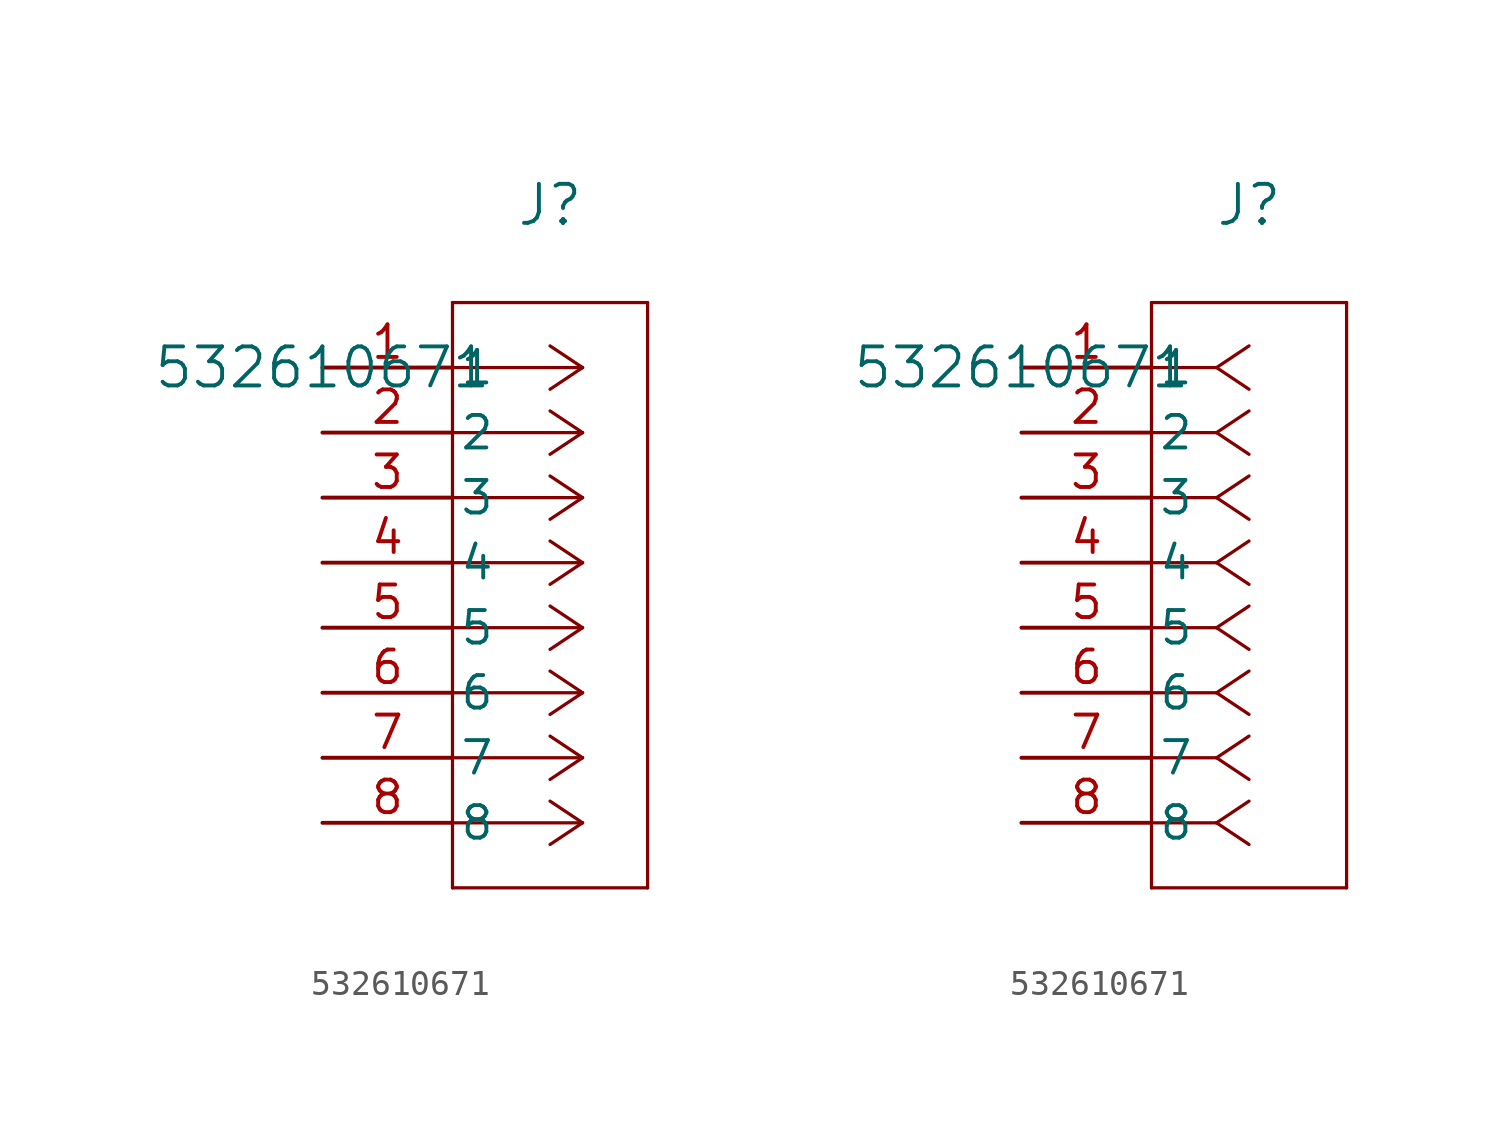
<source format=kicad_sym>
(kicad_symbol_lib
  (version 20211014)
  (generator kicad_symbol_editor)
  (symbol "532610671"
    (pin_names
      (offset 0.254))
    (property "Reference" "J"
      (at 8.89 6.35 0)
      (effects (font (size 1.524 1.524))))
    (property "Value" "532610671"
      (at 0 0 0)
      (effects (font (size 1.524 1.524))))
    (symbol "532610671_1_1"
      (polyline (pts (xy 10.16 0) (xy 5.08 0)) (stroke (width 0.127) (type default) (color 0 0 0 0)) (fill (type none)))
      (polyline (pts (xy 10.16 -2.54) (xy 5.08 -2.54)) (stroke (width 0.127) (type default) (color 0 0 0 0)) (fill (type none)))
      (polyline (pts (xy 10.16 -5.08) (xy 5.08 -5.08)) (stroke (width 0.127) (type default) (color 0 0 0 0)) (fill (type none)))
      (polyline (pts (xy 10.16 -7.62) (xy 5.08 -7.62)) (stroke (width 0.127) (type default) (color 0 0 0 0)) (fill (type none)))
      (polyline (pts (xy 10.16 -10.16) (xy 5.08 -10.16)) (stroke (width 0.127) (type default) (color 0 0 0 0)) (fill (type none)))
      (polyline (pts (xy 10.16 -12.7) (xy 5.08 -12.7)) (stroke (width 0.127) (type default) (color 0 0 0 0)) (fill (type none)))
      (polyline (pts (xy 10.16 -15.24) (xy 5.08 -15.24)) (stroke (width 0.127) (type default) (color 0 0 0 0)) (fill (type none)))
      (polyline (pts (xy 10.16 -17.78) (xy 5.08 -17.78)) (stroke (width 0.127) (type default) (color 0 0 0 0)) (fill (type none)))
      (polyline (pts (xy 10.16 0) (xy 8.89 0.847)) (stroke (width 0.127) (type default) (color 0 0 0 0)) (fill (type none)))
      (polyline (pts (xy 10.16 -2.54) (xy 8.89 -1.693)) (stroke (width 0.127) (type default) (color 0 0 0 0)) (fill (type none)))
      (polyline (pts (xy 10.16 -5.08) (xy 8.89 -4.233)) (stroke (width 0.127) (type default) (color 0 0 0 0)) (fill (type none)))
      (polyline (pts (xy 10.16 -7.62) (xy 8.89 -6.773)) (stroke (width 0.127) (type default) (color 0 0 0 0)) (fill (type none)))
      (polyline (pts (xy 10.16 -10.16) (xy 8.89 -9.313)) (stroke (width 0.127) (type default) (color 0 0 0 0)) (fill (type none)))
      (polyline (pts (xy 10.16 -12.7) (xy 8.89 -11.853)) (stroke (width 0.127) (type default) (color 0 0 0 0)) (fill (type none)))
      (polyline (pts (xy 10.16 -15.24) (xy 8.89 -14.393)) (stroke (width 0.127) (type default) (color 0 0 0 0)) (fill (type none)))
      (polyline (pts (xy 10.16 -17.78) (xy 8.89 -16.933)) (stroke (width 0.127) (type default) (color 0 0 0 0)) (fill (type none)))
      (polyline (pts (xy 10.16 0) (xy 8.89 -0.847)) (stroke (width 0.127) (type default) (color 0 0 0 0)) (fill (type none)))
      (polyline (pts (xy 10.16 -2.54) (xy 8.89 -3.387)) (stroke (width 0.127) (type default) (color 0 0 0 0)) (fill (type none)))
      (polyline (pts (xy 10.16 -5.08) (xy 8.89 -5.927)) (stroke (width 0.127) (type default) (color 0 0 0 0)) (fill (type none)))
      (polyline (pts (xy 10.16 -7.62) (xy 8.89 -8.467)) (stroke (width 0.127) (type default) (color 0 0 0 0)) (fill (type none)))
      (polyline (pts (xy 10.16 -10.16) (xy 8.89 -11.007)) (stroke (width 0.127) (type default) (color 0 0 0 0)) (fill (type none)))
      (polyline (pts (xy 10.16 -12.7) (xy 8.89 -13.547)) (stroke (width 0.127) (type default) (color 0 0 0 0)) (fill (type none)))
      (polyline (pts (xy 10.16 -15.24) (xy 8.89 -16.087)) (stroke (width 0.127) (type default) (color 0 0 0 0)) (fill (type none)))
      (polyline (pts (xy 10.16 -17.78) (xy 8.89 -18.627)) (stroke (width 0.127) (type default) (color 0 0 0 0)) (fill (type none)))
      (polyline (pts (xy 5.08 2.54) (xy 5.08 -20.32)) (stroke (width 0.127) (type default) (color 0 0 0 0)) (fill (type none)))
      (polyline (pts (xy 5.08 -20.32) (xy 12.7 -20.32)) (stroke (width 0.127) (type default) (color 0 0 0 0)) (fill (type none)))
      (polyline (pts (xy 12.7 -20.32) (xy 12.7 2.54)) (stroke (width 0.127) (type default) (color 0 0 0 0)) (fill (type none)))
      (polyline (pts (xy 12.7 2.54) (xy 5.08 2.54)) (stroke (width 0.127) (type default) (color 0 0 0 0)) (fill (type none)))
      (pin unspecified line (at 0 0 0) (length 5.08) (name "1" (effects (font (size 1.27 1.27)))) (number "1" (effects (font (size 1.27 1.27)))))
      (pin unspecified line (at 0 -2.54 0) (length 5.08) (name "2" (effects (font (size 1.27 1.27)))) (number "2" (effects (font (size 1.27 1.27)))))
      (pin unspecified line (at 0 -5.08 0) (length 5.08) (name "3" (effects (font (size 1.27 1.27)))) (number "3" (effects (font (size 1.27 1.27)))))
      (pin unspecified line (at 0 -7.62 0) (length 5.08) (name "4" (effects (font (size 1.27 1.27)))) (number "4" (effects (font (size 1.27 1.27)))))
      (pin unspecified line (at 0 -10.16 0) (length 5.08) (name "5" (effects (font (size 1.27 1.27)))) (number "5" (effects (font (size 1.27 1.27)))))
      (pin unspecified line (at 0 -12.7 0) (length 5.08) (name "6" (effects (font (size 1.27 1.27)))) (number "6" (effects (font (size 1.27 1.27)))))
      (pin unspecified line (at 0 -15.24 0) (length 5.08) (name "7" (effects (font (size 1.27 1.27)))) (number "7" (effects (font (size 1.27 1.27)))))
      (pin unspecified line (at 0 -17.78 0) (length 5.08) (name "8" (effects (font (size 1.27 1.27)))) (number "8" (effects (font (size 1.27 1.27))))))
    (symbol "532610671_1_2"
      (polyline (pts (xy 7.62 0) (xy 5.08 0)) (stroke (width 0.127) (type default) (color 0 0 0 0)) (fill (type none)))
      (polyline (pts (xy 7.62 -2.54) (xy 5.08 -2.54)) (stroke (width 0.127) (type default) (color 0 0 0 0)) (fill (type none)))
      (polyline (pts (xy 7.62 -5.08) (xy 5.08 -5.08)) (stroke (width 0.127) (type default) (color 0 0 0 0)) (fill (type none)))
      (polyline (pts (xy 7.62 -7.62) (xy 5.08 -7.62)) (stroke (width 0.127) (type default) (color 0 0 0 0)) (fill (type none)))
      (polyline (pts (xy 7.62 -10.16) (xy 5.08 -10.16)) (stroke (width 0.127) (type default) (color 0 0 0 0)) (fill (type none)))
      (polyline (pts (xy 7.62 -12.7) (xy 5.08 -12.7)) (stroke (width 0.127) (type default) (color 0 0 0 0)) (fill (type none)))
      (polyline (pts (xy 7.62 -15.24) (xy 5.08 -15.24)) (stroke (width 0.127) (type default) (color 0 0 0 0)) (fill (type none)))
      (polyline (pts (xy 7.62 -17.78) (xy 5.08 -17.78)) (stroke (width 0.127) (type default) (color 0 0 0 0)) (fill (type none)))
      (polyline (pts (xy 7.62 0) (xy 8.89 0.847)) (stroke (width 0.127) (type default) (color 0 0 0 0)) (fill (type none)))
      (polyline (pts (xy 7.62 -2.54) (xy 8.89 -1.693)) (stroke (width 0.127) (type default) (color 0 0 0 0)) (fill (type none)))
      (polyline (pts (xy 7.62 -5.08) (xy 8.89 -4.233)) (stroke (width 0.127) (type default) (color 0 0 0 0)) (fill (type none)))
      (polyline (pts (xy 7.62 -7.62) (xy 8.89 -6.773)) (stroke (width 0.127) (type default) (color 0 0 0 0)) (fill (type none)))
      (polyline (pts (xy 7.62 -10.16) (xy 8.89 -9.313)) (stroke (width 0.127) (type default) (color 0 0 0 0)) (fill (type none)))
      (polyline (pts (xy 7.62 -12.7) (xy 8.89 -11.853)) (stroke (width 0.127) (type default) (color 0 0 0 0)) (fill (type none)))
      (polyline (pts (xy 7.62 -15.24) (xy 8.89 -14.393)) (stroke (width 0.127) (type default) (color 0 0 0 0)) (fill (type none)))
      (polyline (pts (xy 7.62 -17.78) (xy 8.89 -16.933)) (stroke (width 0.127) (type default) (color 0 0 0 0)) (fill (type none)))
      (polyline (pts (xy 7.62 0) (xy 8.89 -0.847)) (stroke (width 0.127) (type default) (color 0 0 0 0)) (fill (type none)))
      (polyline (pts (xy 7.62 -2.54) (xy 8.89 -3.387)) (stroke (width 0.127) (type default) (color 0 0 0 0)) (fill (type none)))
      (polyline (pts (xy 7.62 -5.08) (xy 8.89 -5.927)) (stroke (width 0.127) (type default) (color 0 0 0 0)) (fill (type none)))
      (polyline (pts (xy 7.62 -7.62) (xy 8.89 -8.467)) (stroke (width 0.127) (type default) (color 0 0 0 0)) (fill (type none)))
      (polyline (pts (xy 7.62 -10.16) (xy 8.89 -11.007)) (stroke (width 0.127) (type default) (color 0 0 0 0)) (fill (type none)))
      (polyline (pts (xy 7.62 -12.7) (xy 8.89 -13.547)) (stroke (width 0.127) (type default) (color 0 0 0 0)) (fill (type none)))
      (polyline (pts (xy 7.62 -15.24) (xy 8.89 -16.087)) (stroke (width 0.127) (type default) (color 0 0 0 0)) (fill (type none)))
      (polyline (pts (xy 7.62 -17.78) (xy 8.89 -18.627)) (stroke (width 0.127) (type default) (color 0 0 0 0)) (fill (type none)))
      (polyline (pts (xy 5.08 2.54) (xy 5.08 -20.32)) (stroke (width 0.127) (type default) (color 0 0 0 0)) (fill (type none)))
      (polyline (pts (xy 5.08 -20.32) (xy 12.7 -20.32)) (stroke (width 0.127) (type default) (color 0 0 0 0)) (fill (type none)))
      (polyline (pts (xy 12.7 -20.32) (xy 12.7 2.54)) (stroke (width 0.127) (type default) (color 0 0 0 0)) (fill (type none)))
      (polyline (pts (xy 12.7 2.54) (xy 5.08 2.54)) (stroke (width 0.127) (type default) (color 0 0 0 0)) (fill (type none)))
      (pin unspecified line (at 0 0 0) (length 5.08) (name "1" (effects (font (size 1.27 1.27)))) (number "1" (effects (font (size 1.27 1.27)))))
      (pin unspecified line (at 0 -2.54 0) (length 5.08) (name "2" (effects (font (size 1.27 1.27)))) (number "2" (effects (font (size 1.27 1.27)))))
      (pin unspecified line (at 0 -5.08 0) (length 5.08) (name "3" (effects (font (size 1.27 1.27)))) (number "3" (effects (font (size 1.27 1.27)))))
      (pin unspecified line (at 0 -7.62 0) (length 5.08) (name "4" (effects (font (size 1.27 1.27)))) (number "4" (effects (font (size 1.27 1.27)))))
      (pin unspecified line (at 0 -10.16 0) (length 5.08) (name "5" (effects (font (size 1.27 1.27)))) (number "5" (effects (font (size 1.27 1.27)))))
      (pin unspecified line (at 0 -12.7 0) (length 5.08) (name "6" (effects (font (size 1.27 1.27)))) (number "6" (effects (font (size 1.27 1.27)))))
      (pin unspecified line (at 0 -15.24 0) (length 5.08) (name "7" (effects (font (size 1.27 1.27)))) (number "7" (effects (font (size 1.27 1.27)))))
      (pin unspecified line (at 0 -17.78 0) (length 5.08) (name "8" (effects (font (size 1.27 1.27)))) (number "8" (effects (font (size 1.27 1.27))))))))
</source>
